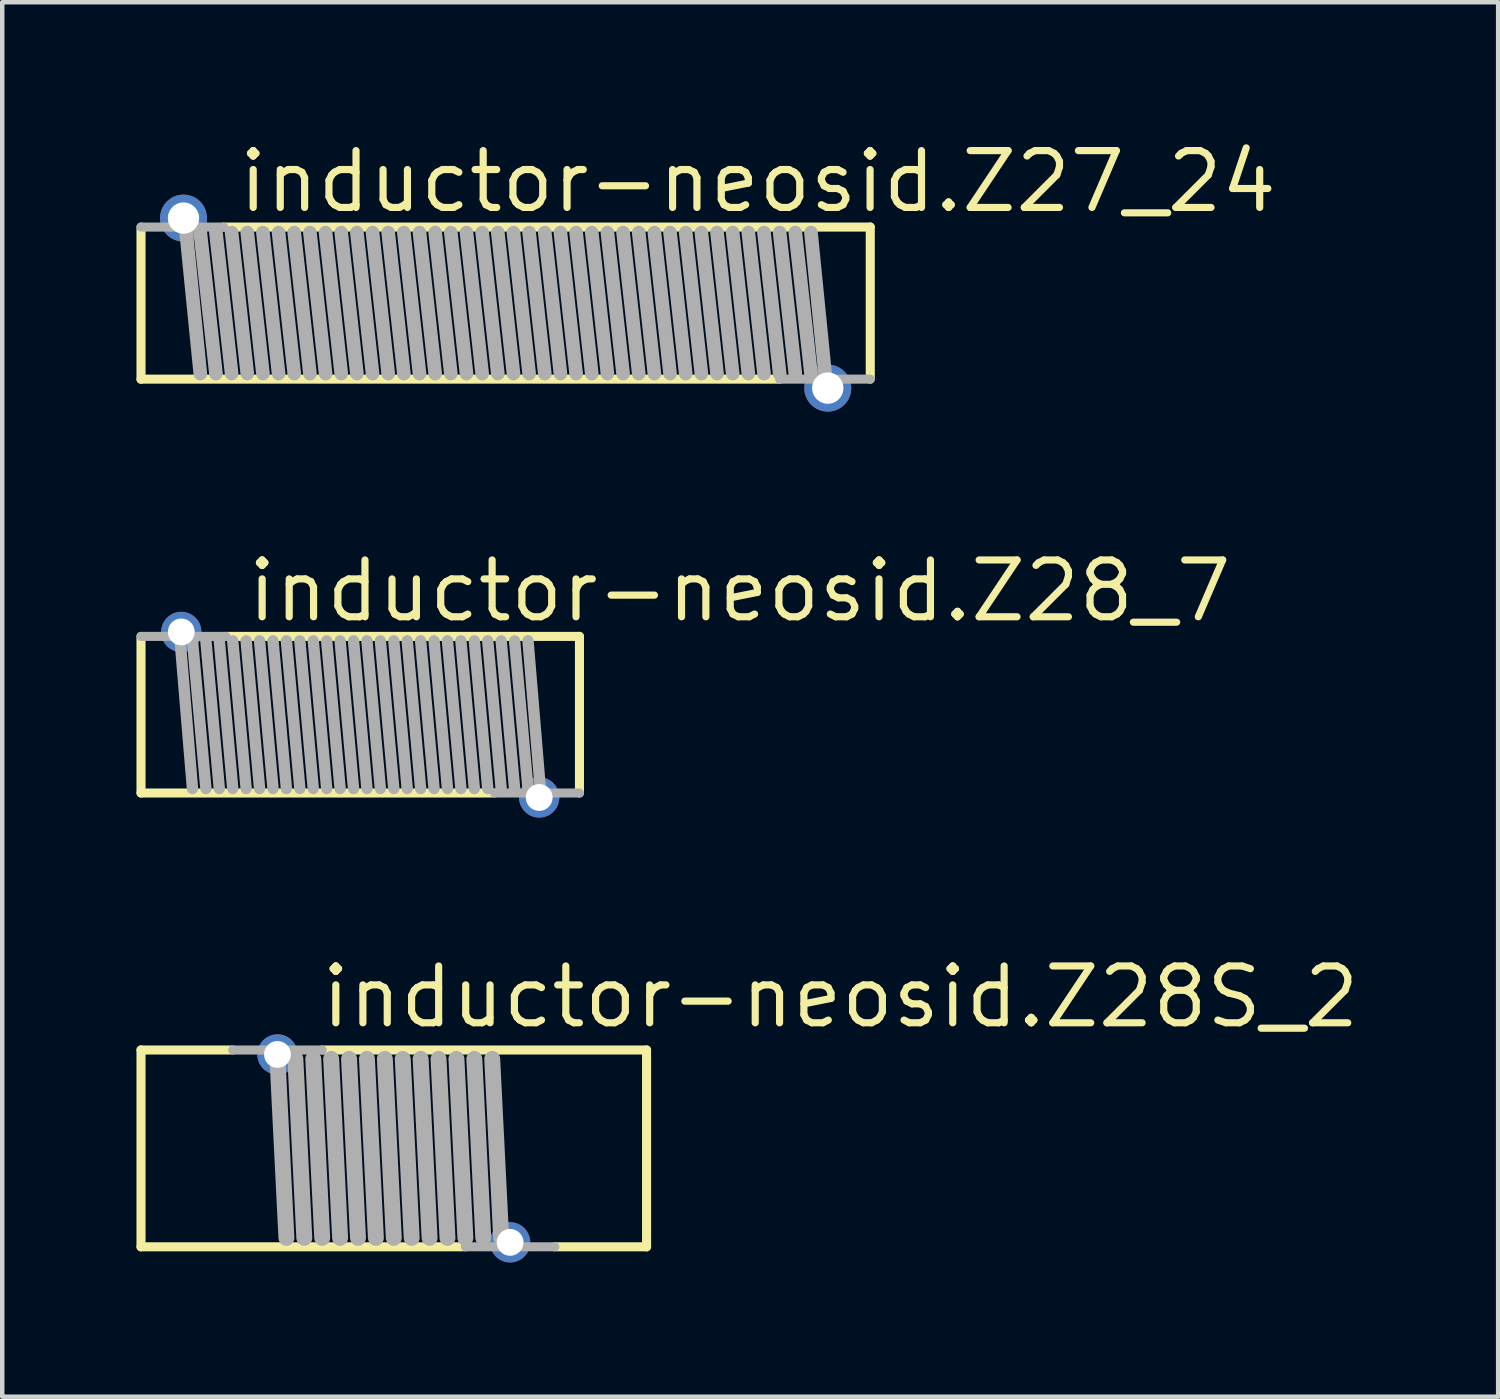
<source format=kicad_pcb>
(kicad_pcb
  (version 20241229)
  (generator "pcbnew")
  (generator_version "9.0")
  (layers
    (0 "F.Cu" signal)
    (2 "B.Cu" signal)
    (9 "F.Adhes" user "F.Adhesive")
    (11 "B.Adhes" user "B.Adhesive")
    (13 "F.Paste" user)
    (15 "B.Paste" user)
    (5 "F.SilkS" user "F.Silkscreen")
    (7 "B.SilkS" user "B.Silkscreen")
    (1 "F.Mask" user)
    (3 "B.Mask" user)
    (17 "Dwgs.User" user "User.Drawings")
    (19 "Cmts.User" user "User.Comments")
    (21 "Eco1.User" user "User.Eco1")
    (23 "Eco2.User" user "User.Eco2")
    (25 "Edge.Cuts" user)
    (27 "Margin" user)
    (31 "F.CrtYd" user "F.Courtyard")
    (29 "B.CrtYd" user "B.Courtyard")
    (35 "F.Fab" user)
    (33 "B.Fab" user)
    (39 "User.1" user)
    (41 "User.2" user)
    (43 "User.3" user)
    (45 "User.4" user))
  (footprint "inductor-neosid.Z27_24"
    (layer "F.Cu")
    (at 8.252 3.725)
    (property "Reference" "inductor-neosid.Z27_24" (at -6.05 -1.975 0) (layer "F.SilkS") (effects (font (size 1.27 1.27) (thickness 0.16)) (justify left bottom)))
    (attr through_hole)
    (fp_line (start -8.15 1.7) (end -8.15 -1.7) (stroke (width 0.203) (type default)) (layer "F.SilkS"))
    (fp_line (start -6.3 -1.7) (end 8.15 -1.7) (stroke (width 0.203) (type default)) (layer "F.SilkS"))
    (fp_line (start 6.125 1.7) (end -8.15 1.7) (stroke (width 0.203) (type default)) (layer "F.SilkS"))
    (fp_line (start 8.15 -1.7) (end 8.15 1.7) (stroke (width 0.203) (type default)) (layer "F.SilkS"))
    (fp_line (start -8.15 -1.7) (end -6.3 -1.7) (stroke (width 0.203) (type default)) (layer "F.Fab"))
    (fp_line (start -7.175 -1.925) (end -6.825 1.575) (stroke (width 0.305) (type default)) (layer "F.Fab"))
    (fp_line (start -6.825 -1.575) (end -6.475 1.575) (stroke (width 0.305) (type default)) (layer "F.Fab"))
    (fp_line (start -6.475 -1.575) (end -6.125 1.575) (stroke (width 0.305) (type default)) (layer "F.Fab"))
    (fp_line (start -6.125 -1.575) (end -5.775 1.575) (stroke (width 0.305) (type default)) (layer "F.Fab"))
    (fp_line (start -5.775 -1.575) (end -5.425 1.575) (stroke (width 0.305) (type default)) (layer "F.Fab"))
    (fp_line (start -5.425 -1.575) (end -5.075 1.575) (stroke (width 0.305) (type default)) (layer "F.Fab"))
    (fp_line (start -5.075 -1.575) (end -4.725 1.575) (stroke (width 0.305) (type default)) (layer "F.Fab"))
    (fp_line (start -4.725 -1.575) (end -4.375 1.575) (stroke (width 0.305) (type default)) (layer "F.Fab"))
    (fp_line (start -4.375 -1.575) (end -4.025 1.575) (stroke (width 0.305) (type default)) (layer "F.Fab"))
    (fp_line (start -4.025 -1.575) (end -3.675 1.575) (stroke (width 0.305) (type default)) (layer "F.Fab"))
    (fp_line (start -3.675 -1.575) (end -3.325 1.575) (stroke (width 0.305) (type default)) (layer "F.Fab"))
    (fp_line (start -3.325 -1.575) (end -2.975 1.575) (stroke (width 0.305) (type default)) (layer "F.Fab"))
    (fp_line (start -2.975 -1.575) (end -2.625 1.575) (stroke (width 0.305) (type default)) (layer "F.Fab"))
    (fp_line (start -2.625 -1.575) (end -2.275 1.575) (stroke (width 0.305) (type default)) (layer "F.Fab"))
    (fp_line (start -2.275 -1.575) (end -1.925 1.575) (stroke (width 0.305) (type default)) (layer "F.Fab"))
    (fp_line (start -1.925 -1.575) (end -1.575 1.575) (stroke (width 0.305) (type default)) (layer "F.Fab"))
    (fp_line (start -1.575 -1.575) (end -1.225 1.575) (stroke (width 0.305) (type default)) (layer "F.Fab"))
    (fp_line (start -1.225 -1.575) (end -0.875 1.575) (stroke (width 0.305) (type default)) (layer "F.Fab"))
    (fp_line (start -0.875 -1.575) (end -0.525 1.575) (stroke (width 0.305) (type default)) (layer "F.Fab"))
    (fp_line (start -0.525 -1.575) (end -0.175 1.575) (stroke (width 0.305) (type default)) (layer "F.Fab"))
    (fp_line (start -0.175 -1.575) (end 0.175 1.575) (stroke (width 0.305) (type default)) (layer "F.Fab"))
    (fp_line (start 0.175 -1.575) (end 0.525 1.575) (stroke (width 0.305) (type default)) (layer "F.Fab"))
    (fp_line (start 0.525 -1.575) (end 0.875 1.575) (stroke (width 0.305) (type default)) (layer "F.Fab"))
    (fp_line (start 0.875 -1.575) (end 1.225 1.575) (stroke (width 0.305) (type default)) (layer "F.Fab"))
    (fp_line (start 1.225 -1.575) (end 1.575 1.575) (stroke (width 0.305) (type default)) (layer "F.Fab"))
    (fp_line (start 1.575 -1.575) (end 1.925 1.575) (stroke (width 0.305) (type default)) (layer "F.Fab"))
    (fp_line (start 1.925 -1.575) (end 2.275 1.575) (stroke (width 0.305) (type default)) (layer "F.Fab"))
    (fp_line (start 2.275 -1.575) (end 2.625 1.575) (stroke (width 0.305) (type default)) (layer "F.Fab"))
    (fp_line (start 2.625 -1.575) (end 2.975 1.575) (stroke (width 0.305) (type default)) (layer "F.Fab"))
    (fp_line (start 2.975 -1.575) (end 3.325 1.575) (stroke (width 0.305) (type default)) (layer "F.Fab"))
    (fp_line (start 3.325 -1.575) (end 3.675 1.575) (stroke (width 0.305) (type default)) (layer "F.Fab"))
    (fp_line (start 3.675 -1.575) (end 4.025 1.575) (stroke (width 0.305) (type default)) (layer "F.Fab"))
    (fp_line (start 4.025 -1.575) (end 4.375 1.575) (stroke (width 0.305) (type default)) (layer "F.Fab"))
    (fp_line (start 4.375 -1.575) (end 4.725 1.575) (stroke (width 0.305) (type default)) (layer "F.Fab"))
    (fp_line (start 4.725 -1.575) (end 5.075 1.575) (stroke (width 0.305) (type default)) (layer "F.Fab"))
    (fp_line (start 5.075 -1.575) (end 5.425 1.575) (stroke (width 0.305) (type default)) (layer "F.Fab"))
    (fp_line (start 5.425 -1.575) (end 5.775 1.575) (stroke (width 0.305) (type default)) (layer "F.Fab"))
    (fp_line (start 5.775 -1.575) (end 6.125 1.575) (stroke (width 0.305) (type default)) (layer "F.Fab"))
    (fp_line (start 6.125 -1.575) (end 6.475 1.575) (stroke (width 0.305) (type default)) (layer "F.Fab"))
    (fp_line (start 6.475 -1.575) (end 6.825 1.575) (stroke (width 0.305) (type default)) (layer "F.Fab"))
    (fp_line (start 7.175 1.925) (end 6.825 -1.575) (stroke (width 0.305) (type default)) (layer "F.Fab"))
    (fp_line (start 8.15 1.7) (end 6.125 1.7) (stroke (width 0.203) (type default)) (layer "F.Fab"))
    (pad "1" thru_hole circle (at 7.2 1.9) (size 1.05 1.05) (drill 0.7) (layers "*.Cu" "*.Mask"))
    (pad "2" thru_hole circle (at -7.2 -1.9) (size 1.05 1.05) (drill 0.7) (layers "*.Cu" "*.Mask")))
  (footprint "inductor-neosid.Z28S_2"
    (layer "F.Cu")
    (at 5.752 22.619)
    (property "Reference" "inductor-neosid.Z28S_2" (at -1.703 -2.644 0) (layer "F.SilkS") (effects (font (size 1.27 1.27) (thickness 0.16)) (justify left bottom)))
    (attr through_hole)
    (fp_line (start -5.65 -2.2) (end -3.6 -2.2) (stroke (width 0.203) (type default)) (layer "F.SilkS"))
    (fp_line (start -5.65 2.2) (end -5.65 -2.2) (stroke (width 0.203) (type default)) (layer "F.SilkS"))
    (fp_line (start -1.6 -2.2) (end 5.65 -2.2) (stroke (width 0.203) (type default)) (layer "F.SilkS"))
    (fp_line (start 1.6 2.2) (end -5.65 2.2) (stroke (width 0.203) (type default)) (layer "F.SilkS"))
    (fp_line (start 5.65 -2.2) (end 5.65 2.2) (stroke (width 0.203) (type default)) (layer "F.SilkS"))
    (fp_line (start 5.65 2.2) (end 3.6 2.2) (stroke (width 0.203) (type default)) (layer "F.SilkS"))
    (fp_line (start -3.6 -2.2) (end -1.6 -2.2) (stroke (width 0.203) (type default)) (layer "F.Fab"))
    (fp_line (start -2.6 -2) (end -2.4 2) (stroke (width 0.356) (type default)) (layer "F.Fab"))
    (fp_line (start -2.2 -2) (end -2 2) (stroke (width 0.356) (type default)) (layer "F.Fab"))
    (fp_line (start -1.8 -2) (end -1.6 2) (stroke (width 0.356) (type default)) (layer "F.Fab"))
    (fp_line (start -1.4 -2) (end -1.2 2) (stroke (width 0.356) (type default)) (layer "F.Fab"))
    (fp_line (start -1 -2) (end -0.8 2) (stroke (width 0.356) (type default)) (layer "F.Fab"))
    (fp_line (start -0.6 -2) (end -0.4 2) (stroke (width 0.356) (type default)) (layer "F.Fab"))
    (fp_line (start -0.2 -2) (end 0 2) (stroke (width 0.356) (type default)) (layer "F.Fab"))
    (fp_line (start 0.2 -2) (end 0.4 2) (stroke (width 0.356) (type default)) (layer "F.Fab"))
    (fp_line (start 0.6 -2) (end 0.8 2) (stroke (width 0.356) (type default)) (layer "F.Fab"))
    (fp_line (start 1 -2) (end 1.2 2) (stroke (width 0.356) (type default)) (layer "F.Fab"))
    (fp_line (start 1.4 -2) (end 1.6 2) (stroke (width 0.356) (type default)) (layer "F.Fab"))
    (fp_line (start 1.8 -2) (end 2 2) (stroke (width 0.356) (type default)) (layer "F.Fab"))
    (fp_line (start 2.2 -2) (end 2.4 2) (stroke (width 0.356) (type default)) (layer "F.Fab"))
    (fp_line (start 3.6 2.2) (end 1.6 2.2) (stroke (width 0.203) (type default)) (layer "F.Fab"))
    (pad "1" thru_hole circle (at 2.6 2.1) (size 0.9 0.9) (drill 0.6) (layers "*.Cu" "*.Mask"))
    (pad "2" thru_hole circle (at -2.6 -2.1) (size 0.9 0.9) (drill 0.6) (layers "*.Cu" "*.Mask")))
  (footprint "inductor-neosid.Z28_7"
    (layer "F.Cu")
    (at 5.002 12.925)
    (property "Reference" "inductor-neosid.Z28_7" (at -2.6 -2.025 0) (layer "F.SilkS") (effects (font (size 1.27 1.27) (thickness 0.16)) (justify left bottom)))
    (attr through_hole)
    (fp_line (start -4.9 1.75) (end -4.9 -1.75) (stroke (width 0.203) (type default)) (layer "F.SilkS"))
    (fp_line (start -3 -1.75) (end 4.9 -1.75) (stroke (width 0.203) (type default)) (layer "F.SilkS"))
    (fp_line (start 3 1.75) (end -4.9 1.75) (stroke (width 0.203) (type default)) (layer "F.SilkS"))
    (fp_line (start 4.9 -1.75) (end 4.9 1.75) (stroke (width 0.203) (type default)) (layer "F.SilkS"))
    (fp_line (start -4.9 -1.75) (end -3 -1.75) (stroke (width 0.203) (type default)) (layer "F.Fab"))
    (fp_line (start -3.75 1.65) (end -4.05 -1.95) (stroke (width 0.254) (type default)) (layer "F.Fab"))
    (fp_line (start -3.45 1.65) (end -3.75 -1.65) (stroke (width 0.254) (type default)) (layer "F.Fab"))
    (fp_line (start -3.15 1.65) (end -3.45 -1.65) (stroke (width 0.254) (type default)) (layer "F.Fab"))
    (fp_line (start -2.85 1.65) (end -3.15 -1.65) (stroke (width 0.254) (type default)) (layer "F.Fab"))
    (fp_line (start -2.55 1.65) (end -2.85 -1.65) (stroke (width 0.254) (type default)) (layer "F.Fab"))
    (fp_line (start -2.25 1.65) (end -2.55 -1.65) (stroke (width 0.254) (type default)) (layer "F.Fab"))
    (fp_line (start -1.95 1.65) (end -2.25 -1.65) (stroke (width 0.254) (type default)) (layer "F.Fab"))
    (fp_line (start -1.65 1.65) (end -1.95 -1.65) (stroke (width 0.254) (type default)) (layer "F.Fab"))
    (fp_line (start -1.35 1.65) (end -1.65 -1.65) (stroke (width 0.254) (type default)) (layer "F.Fab"))
    (fp_line (start -1.05 1.65) (end -1.35 -1.65) (stroke (width 0.254) (type default)) (layer "F.Fab"))
    (fp_line (start -0.75 1.65) (end -1.05 -1.65) (stroke (width 0.254) (type default)) (layer "F.Fab"))
    (fp_line (start -0.45 1.65) (end -0.75 -1.65) (stroke (width 0.254) (type default)) (layer "F.Fab"))
    (fp_line (start -0.15 1.65) (end -0.45 -1.65) (stroke (width 0.254) (type default)) (layer "F.Fab"))
    (fp_line (start 0.15 1.65) (end -0.15 -1.65) (stroke (width 0.254) (type default)) (layer "F.Fab"))
    (fp_line (start 0.45 1.65) (end 0.15 -1.65) (stroke (width 0.254) (type default)) (layer "F.Fab"))
    (fp_line (start 0.75 1.65) (end 0.45 -1.65) (stroke (width 0.254) (type default)) (layer "F.Fab"))
    (fp_line (start 1.05 1.65) (end 0.75 -1.65) (stroke (width 0.254) (type default)) (layer "F.Fab"))
    (fp_line (start 1.35 1.65) (end 1.05 -1.65) (stroke (width 0.254) (type default)) (layer "F.Fab"))
    (fp_line (start 1.65 1.65) (end 1.35 -1.65) (stroke (width 0.254) (type default)) (layer "F.Fab"))
    (fp_line (start 1.95 1.65) (end 1.65 -1.65) (stroke (width 0.254) (type default)) (layer "F.Fab"))
    (fp_line (start 2.25 1.65) (end 1.95 -1.65) (stroke (width 0.254) (type default)) (layer "F.Fab"))
    (fp_line (start 2.55 1.65) (end 2.25 -1.65) (stroke (width 0.254) (type default)) (layer "F.Fab"))
    (fp_line (start 2.85 1.65) (end 2.55 -1.65) (stroke (width 0.254) (type default)) (layer "F.Fab"))
    (fp_line (start 3.15 1.65) (end 2.85 -1.65) (stroke (width 0.254) (type default)) (layer "F.Fab"))
    (fp_line (start 3.45 1.65) (end 3.15 -1.65) (stroke (width 0.254) (type default)) (layer "F.Fab"))
    (fp_line (start 3.75 1.65) (end 3.45 -1.65) (stroke (width 0.254) (type default)) (layer "F.Fab"))
    (fp_line (start 4.05 1.95) (end 3.75 -1.65) (stroke (width 0.254) (type default)) (layer "F.Fab"))
    (fp_line (start 4.9 1.75) (end 3 1.75) (stroke (width 0.203) (type default)) (layer "F.Fab"))
    (pad "1" thru_hole circle (at 4 1.85) (size 0.9 0.9) (drill 0.6) (layers "*.Cu" "*.Mask"))
    (pad "2" thru_hole circle (at -4 -1.85) (size 0.9 0.9) (drill 0.6) (layers "*.Cu" "*.Mask")))
  (gr_rect
    (start -3 -3)
    (end 30.437 28.169)
    (stroke (width 0.1) (type default))
    (fill no)
    (layer "Edge.Cuts")))
</source>
